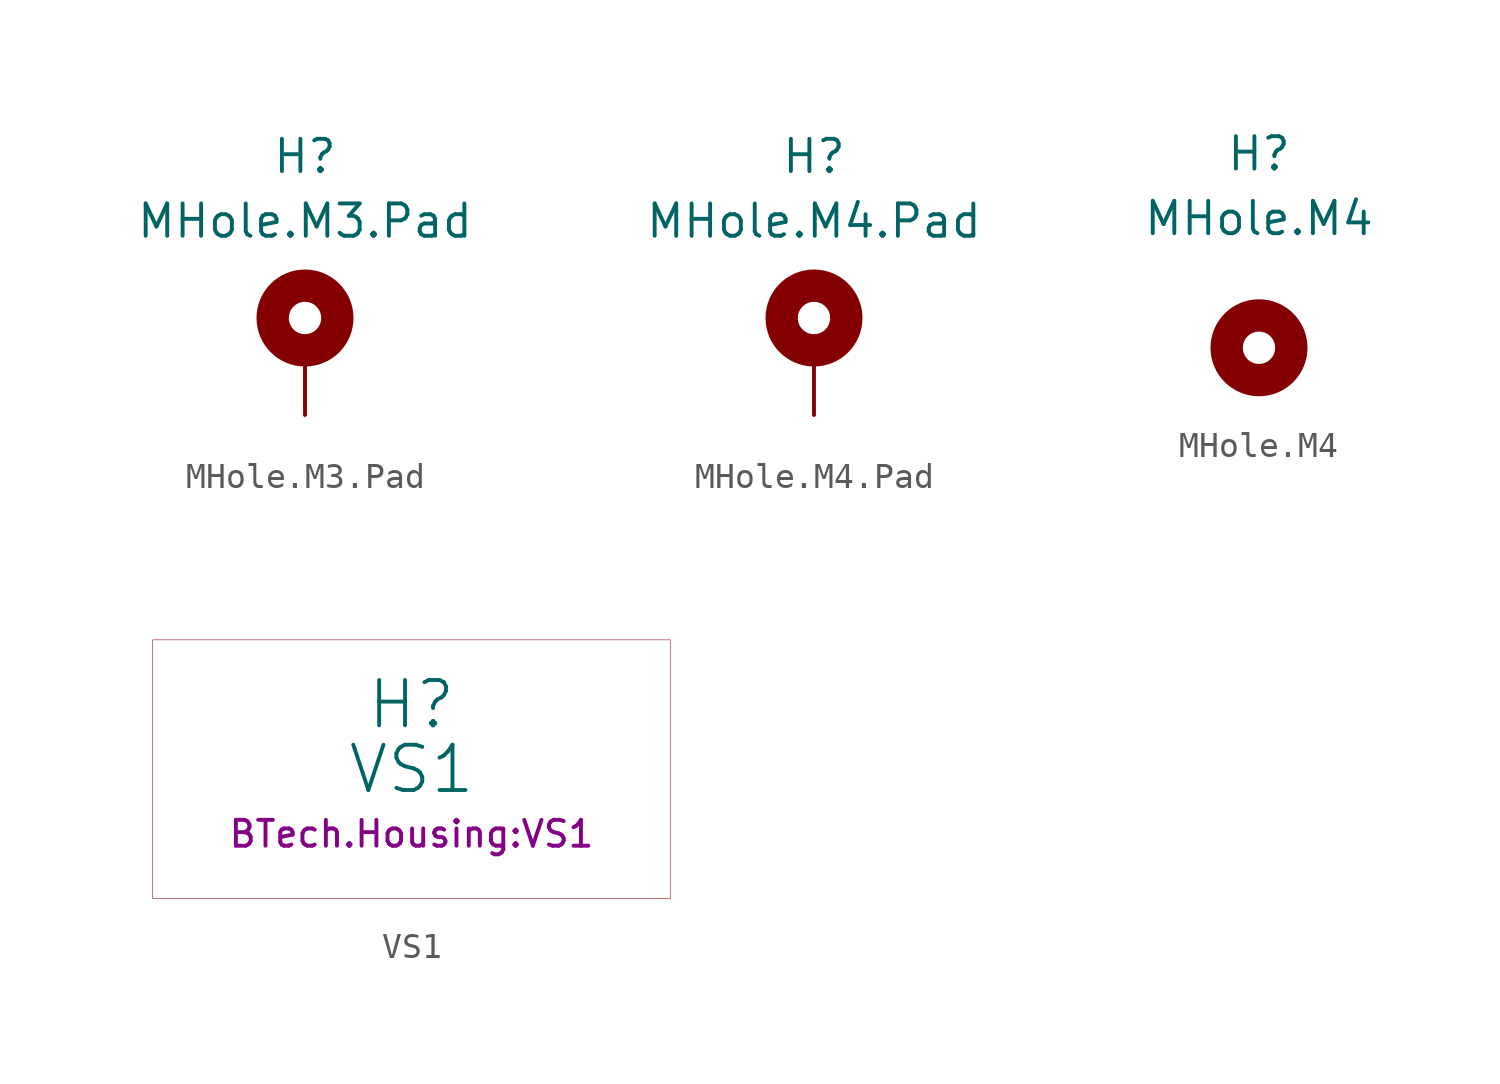
<source format=kicad_sym>
(kicad_symbol_lib
  (version 20231120)
  (generator "kicad_symbol_editor")
  (generator_version "8.0")
  (symbol "MHole.M3.Pad"
    (pin_numbers hide)
    (pin_names
      (offset 1.016) hide)
    (property "Reference" "H"
      (at 0 7.62 0)
      (effects (font (size 1.27 1.27))))
    (property "Value" "MHole.M3.Pad"
      (at 0 5.08 0)
      (effects (font (size 1.27 1.27))))
    (symbol "MHole.M3.Pad_0_1"
      (circle (center 0 1.27) (radius 1.27) (stroke (width 1.27) (type default)) (fill (type none))))
    (symbol "MHole.M3.Pad_1_1"
      (pin input line (at 0 -2.54 90) (length 2.54) (name "1" (effects (font (size 1.27 1.27)))) (number "1" (effects (font (size 1.27 1.27)))))))
  (symbol "MHole.M4.Pad"
    (pin_numbers hide)
    (pin_names
      (offset 1.016) hide)
    (property "Reference" "H"
      (at 0 7.62 0)
      (effects (font (size 1.27 1.27))))
    (property "Value" "MHole.M4.Pad"
      (at 0 5.08 0)
      (effects (font (size 1.27 1.27))))
    (symbol "MHole.M4.Pad_0_1"
      (circle (center 0 1.27) (radius 1.27) (stroke (width 1.27) (type default)) (fill (type none))))
    (symbol "MHole.M4.Pad_1_1"
      (pin input line (at 0 -2.54 90) (length 2.54) (name "1" (effects (font (size 1.27 1.27)))) (number "1" (effects (font (size 1.27 1.27)))))))
  (symbol "MHole.M4"
    (pin_names
      (offset 1.016))
    (property "Reference" "H"
      (at 0 7.62 0)
      (effects (font (size 1.27 1.27))))
    (property "Value" "MHole.M4"
      (at 0 5.08 0)
      (effects (font (size 1.27 1.27))))
    (symbol "MHole.M4_0_1"
      (circle (center 0 0) (radius 1.27) (stroke (width 1.27) (type default)) (fill (type none)))))
  (symbol "VS1"
    (property "Reference" "H"
      (at 0 2.54 0)
      (effects (font (size 1.778 1.778))))
    (property "Value" "VS1"
      (at 0 0 0)
      (effects (font (size 1.778 1.778))))
    (property "Footprint" "BTech.Housing:VS1"
      (at 0 -2.54 0)
      (effects (font (size 1.016 1.016))))
    (symbol "VS1_0_1"
      (polyline (pts (xy -10.16 5.08) (xy 10.16 5.08) (xy 10.16 -5.08) (xy -10.16 -5.08) (xy -10.16 5.08)) (stroke (width 0.001) (type default)) (fill (type none))))))
</source>
